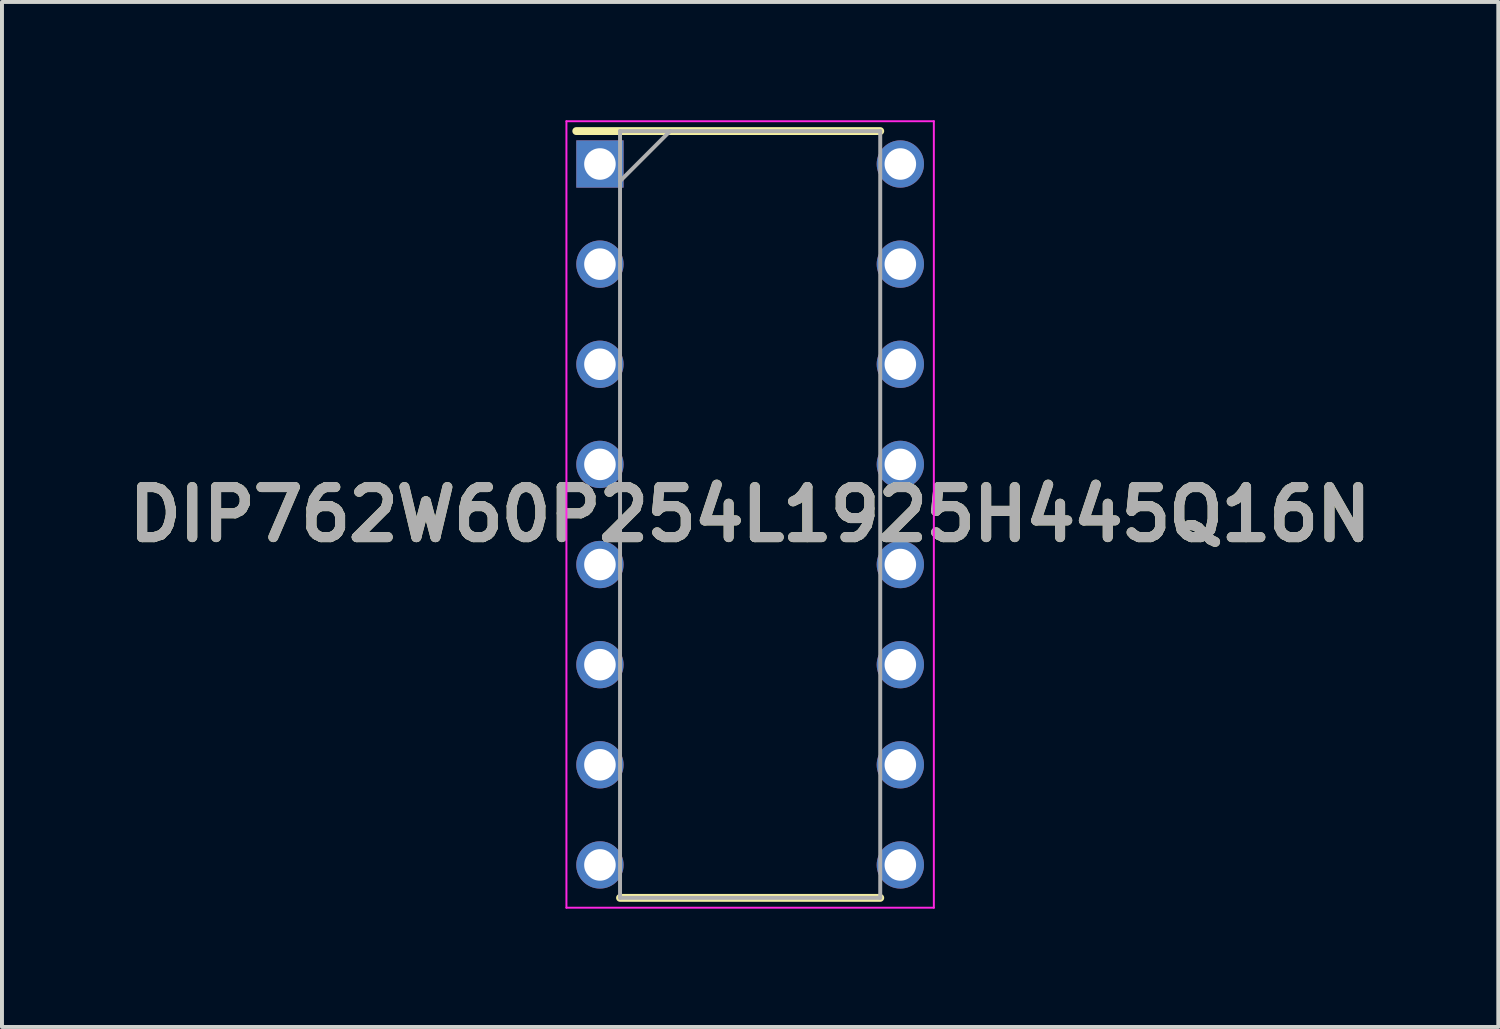
<source format=kicad_pcb>
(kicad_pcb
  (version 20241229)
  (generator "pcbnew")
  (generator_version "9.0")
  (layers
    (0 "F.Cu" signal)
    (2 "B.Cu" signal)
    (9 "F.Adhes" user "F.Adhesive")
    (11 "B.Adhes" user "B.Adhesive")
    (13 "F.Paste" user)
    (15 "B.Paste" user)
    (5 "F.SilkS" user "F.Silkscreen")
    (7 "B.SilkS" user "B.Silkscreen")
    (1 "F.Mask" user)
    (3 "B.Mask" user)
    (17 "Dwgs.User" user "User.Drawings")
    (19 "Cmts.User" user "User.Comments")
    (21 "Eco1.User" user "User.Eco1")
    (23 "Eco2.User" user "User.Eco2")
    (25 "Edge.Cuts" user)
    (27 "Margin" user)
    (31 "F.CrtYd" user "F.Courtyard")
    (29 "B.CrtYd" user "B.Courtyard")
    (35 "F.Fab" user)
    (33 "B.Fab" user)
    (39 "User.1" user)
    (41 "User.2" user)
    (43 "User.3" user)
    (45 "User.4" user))
  (footprint "DIP762W60P254L1925H445Q16N"
    (layer "F.Cu")
    (at 15.978 10)
    (property "Reference" "DIP762W60P254L1925H445Q16N" (at 0 0 0) (layer "F.SilkS") (effects (font (size 1.27 1.27) (thickness 0.254))))
    (attr through_hole)
    (fp_line (start -4.41 -9.725) (end 3.3 -9.725) (stroke (width 0.2) (type solid)) (layer "F.SilkS"))
    (fp_line (start -3.3 9.725) (end 3.3 9.725) (stroke (width 0.2) (type solid)) (layer "F.SilkS"))
    (fp_line (start -4.66 -9.975) (end 4.66 -9.975) (stroke (width 0.05) (type solid)) (layer "F.CrtYd"))
    (fp_line (start -4.66 9.975) (end -4.66 -9.975) (stroke (width 0.05) (type solid)) (layer "F.CrtYd"))
    (fp_line (start 4.66 -9.975) (end 4.66 9.975) (stroke (width 0.05) (type solid)) (layer "F.CrtYd"))
    (fp_line (start 4.66 9.975) (end -4.66 9.975) (stroke (width 0.05) (type solid)) (layer "F.CrtYd"))
    (fp_line (start -3.3 -9.725) (end 3.3 -9.725) (stroke (width 0.1) (type solid)) (layer "F.Fab"))
    (fp_line (start -3.3 -8.455) (end -2.03 -9.725) (stroke (width 0.1) (type solid)) (layer "F.Fab"))
    (fp_line (start -3.3 9.725) (end -3.3 -9.725) (stroke (width 0.1) (type solid)) (layer "F.Fab"))
    (fp_line (start 3.3 -9.725) (end 3.3 9.725) (stroke (width 0.1) (type solid)) (layer "F.Fab"))
    (fp_line (start 3.3 9.725) (end -3.3 9.725) (stroke (width 0.1) (type solid)) (layer "F.Fab"))
    (fp_text user "${REFERENCE}" (at 0 0 0) (layer "F.Fab") (effects (font (size 1.27 1.27) (thickness 0.254))))
    (pad "1" thru_hole rect (at -3.81 -8.89) (size 1.2 1.2) (drill 0.8) (layers "*.Cu" "*.Mask"))
    (pad "2" thru_hole circle (at -3.81 -6.35) (size 1.2 1.2) (drill 0.8) (layers "*.Cu" "*.Mask"))
    (pad "3" thru_hole circle (at -3.81 -3.81) (size 1.2 1.2) (drill 0.8) (layers "*.Cu" "*.Mask"))
    (pad "4" thru_hole circle (at -3.81 -1.27) (size 1.2 1.2) (drill 0.8) (layers "*.Cu" "*.Mask"))
    (pad "5" thru_hole circle (at -3.81 1.27) (size 1.2 1.2) (drill 0.8) (layers "*.Cu" "*.Mask"))
    (pad "6" thru_hole circle (at -3.81 3.81) (size 1.2 1.2) (drill 0.8) (layers "*.Cu" "*.Mask"))
    (pad "7" thru_hole circle (at -3.81 6.35) (size 1.2 1.2) (drill 0.8) (layers "*.Cu" "*.Mask"))
    (pad "8" thru_hole circle (at -3.81 8.89) (size 1.2 1.2) (drill 0.8) (layers "*.Cu" "*.Mask"))
    (pad "9" thru_hole circle (at 3.81 8.89) (size 1.2 1.2) (drill 0.8) (layers "*.Cu" "*.Mask"))
    (pad "10" thru_hole circle (at 3.81 6.35) (size 1.2 1.2) (drill 0.8) (layers "*.Cu" "*.Mask"))
    (pad "11" thru_hole circle (at 3.81 3.81) (size 1.2 1.2) (drill 0.8) (layers "*.Cu" "*.Mask"))
    (pad "12" thru_hole circle (at 3.81 1.27) (size 1.2 1.2) (drill 0.8) (layers "*.Cu" "*.Mask"))
    (pad "13" thru_hole circle (at 3.81 -1.27) (size 1.2 1.2) (drill 0.8) (layers "*.Cu" "*.Mask"))
    (pad "14" thru_hole circle (at 3.81 -3.81) (size 1.2 1.2) (drill 0.8) (layers "*.Cu" "*.Mask"))
    (pad "15" thru_hole circle (at 3.81 -6.35) (size 1.2 1.2) (drill 0.8) (layers "*.Cu" "*.Mask"))
    (pad "16" thru_hole circle (at 3.81 -8.89) (size 1.2 1.2) (drill 0.8) (layers "*.Cu" "*.Mask")))
  (gr_rect
    (start -3 -3)
    (end 34.956 23)
    (stroke (width 0.1) (type default))
    (fill no)
    (layer "Edge.Cuts")))
</source>
